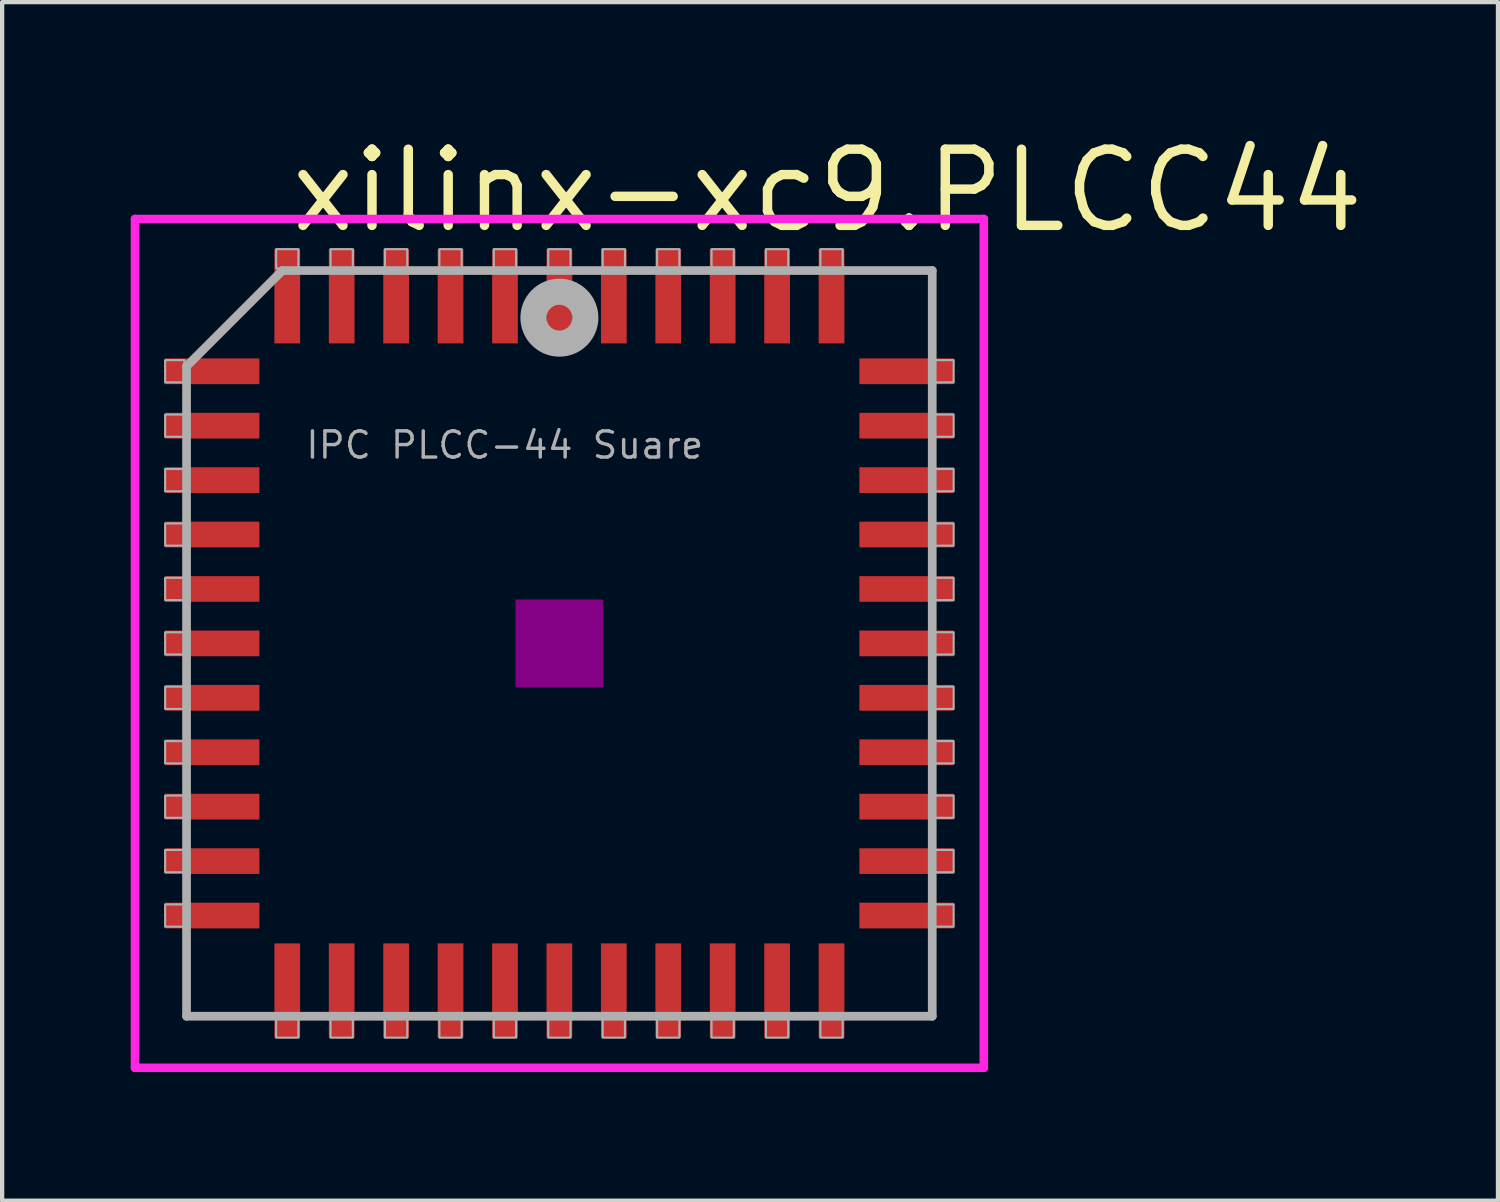
<source format=kicad_pcb>
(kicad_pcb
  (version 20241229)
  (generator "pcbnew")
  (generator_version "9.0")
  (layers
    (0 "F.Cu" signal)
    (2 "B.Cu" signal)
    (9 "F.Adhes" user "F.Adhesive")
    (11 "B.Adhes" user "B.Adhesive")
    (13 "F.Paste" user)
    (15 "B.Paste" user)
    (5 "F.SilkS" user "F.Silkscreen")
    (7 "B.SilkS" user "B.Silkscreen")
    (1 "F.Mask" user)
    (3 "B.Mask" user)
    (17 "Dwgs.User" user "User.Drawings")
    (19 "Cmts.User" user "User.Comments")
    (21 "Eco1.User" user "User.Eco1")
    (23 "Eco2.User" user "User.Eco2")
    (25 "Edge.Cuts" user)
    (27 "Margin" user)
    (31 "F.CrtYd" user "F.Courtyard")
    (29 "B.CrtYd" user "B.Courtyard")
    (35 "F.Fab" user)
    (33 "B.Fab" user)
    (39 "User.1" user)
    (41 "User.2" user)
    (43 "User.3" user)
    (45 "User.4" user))
  (footprint "xilinx-xc9.PLCC44"
    (layer "F.Cu")
    (at 10.003 11.963)
    (property "Reference" "xilinx-xc9.PLCC44" (at -6.38 -9.525 0) (layer "F.SilkS") (effects (font (size 1.778 1.778) (thickness 0.22)) (justify left bottom)))
    (attr smd)
    (fp_rect (start -1 1) (end 1 -1) (stroke (width 0.05) (type default)) (fill yes) (layer "F.Adhes"))
    (fp_line (start -9.903 -9.903) (end 9.903 -9.903) (stroke (width 0.2) (type default)) (layer "F.CrtYd"))
    (fp_line (start -9.903 9.903) (end -9.903 -9.903) (stroke (width 0.2) (type default)) (layer "F.CrtYd"))
    (fp_line (start 9.903 -9.903) (end 9.903 9.903) (stroke (width 0.2) (type default)) (layer "F.CrtYd"))
    (fp_line (start 9.903 9.903) (end -9.903 9.903) (stroke (width 0.2) (type default)) (layer "F.CrtYd"))
    (fp_line (start -8.7 -6.465) (end -8.7 8.7) (stroke (width 0.203) (type default)) (layer "F.Fab"))
    (fp_line (start -8.7 8.7) (end 8.7 8.7) (stroke (width 0.203) (type default)) (layer "F.Fab"))
    (fp_line (start -6.465 -8.7) (end -8.7 -6.465) (stroke (width 0.203) (type default)) (layer "F.Fab"))
    (fp_line (start 8.7 -8.7) (end -6.465 -8.7) (stroke (width 0.203) (type default)) (layer "F.Fab"))
    (fp_line (start 8.7 8.7) (end 8.7 -8.7) (stroke (width 0.203) (type default)) (layer "F.Fab"))
    (fp_rect (start -9.2 -6.09) (end -8.75 -6.61) (stroke (width 0.05) (type default)) (fill no) (layer "F.Fab"))
    (fp_rect (start -9.2 -4.82) (end -8.75 -5.34) (stroke (width 0.05) (type default)) (fill no) (layer "F.Fab"))
    (fp_rect (start -9.2 -3.55) (end -8.75 -4.07) (stroke (width 0.05) (type default)) (fill no) (layer "F.Fab"))
    (fp_rect (start -9.2 -2.28) (end -8.75 -2.8) (stroke (width 0.05) (type default)) (fill no) (layer "F.Fab"))
    (fp_rect (start -9.2 -1.01) (end -8.75 -1.53) (stroke (width 0.05) (type default)) (fill no) (layer "F.Fab"))
    (fp_rect (start -9.2 0.26) (end -8.75 -0.26) (stroke (width 0.05) (type default)) (fill no) (layer "F.Fab"))
    (fp_rect (start -9.2 1.53) (end -8.75 1.01) (stroke (width 0.05) (type default)) (fill no) (layer "F.Fab"))
    (fp_rect (start -9.2 2.8) (end -8.75 2.28) (stroke (width 0.05) (type default)) (fill no) (layer "F.Fab"))
    (fp_rect (start -9.2 4.07) (end -8.75 3.55) (stroke (width 0.05) (type default)) (fill no) (layer "F.Fab"))
    (fp_rect (start -9.2 5.34) (end -8.75 4.82) (stroke (width 0.05) (type default)) (fill no) (layer "F.Fab"))
    (fp_rect (start -9.2 6.61) (end -8.75 6.09) (stroke (width 0.05) (type default)) (fill no) (layer "F.Fab"))
    (fp_rect (start -6.61 -8.75) (end -6.09 -9.2) (stroke (width 0.05) (type default)) (fill no) (layer "F.Fab"))
    (fp_rect (start -6.61 9.2) (end -6.09 8.75) (stroke (width 0.05) (type default)) (fill no) (layer "F.Fab"))
    (fp_rect (start -5.34 -8.75) (end -4.82 -9.2) (stroke (width 0.05) (type default)) (fill no) (layer "F.Fab"))
    (fp_rect (start -5.34 9.2) (end -4.82 8.75) (stroke (width 0.05) (type default)) (fill no) (layer "F.Fab"))
    (fp_rect (start -4.07 -8.75) (end -3.55 -9.2) (stroke (width 0.05) (type default)) (fill no) (layer "F.Fab"))
    (fp_rect (start -4.07 9.2) (end -3.55 8.75) (stroke (width 0.05) (type default)) (fill no) (layer "F.Fab"))
    (fp_rect (start -2.8 -8.75) (end -2.28 -9.2) (stroke (width 0.05) (type default)) (fill no) (layer "F.Fab"))
    (fp_rect (start -2.8 9.2) (end -2.28 8.75) (stroke (width 0.05) (type default)) (fill no) (layer "F.Fab"))
    (fp_rect (start -1.53 -8.75) (end -1.01 -9.2) (stroke (width 0.05) (type default)) (fill no) (layer "F.Fab"))
    (fp_rect (start -1.53 9.2) (end -1.01 8.75) (stroke (width 0.05) (type default)) (fill no) (layer "F.Fab"))
    (fp_rect (start -0.26 -8.75) (end 0.26 -9.2) (stroke (width 0.05) (type default)) (fill no) (layer "F.Fab"))
    (fp_rect (start -0.26 9.2) (end 0.26 8.75) (stroke (width 0.05) (type default)) (fill no) (layer "F.Fab"))
    (fp_rect (start 1.01 -8.75) (end 1.53 -9.2) (stroke (width 0.05) (type default)) (fill no) (layer "F.Fab"))
    (fp_rect (start 1.01 9.2) (end 1.53 8.75) (stroke (width 0.05) (type default)) (fill no) (layer "F.Fab"))
    (fp_rect (start 2.28 -8.75) (end 2.8 -9.2) (stroke (width 0.05) (type default)) (fill no) (layer "F.Fab"))
    (fp_rect (start 2.28 9.2) (end 2.8 8.75) (stroke (width 0.05) (type default)) (fill no) (layer "F.Fab"))
    (fp_rect (start 3.55 -8.75) (end 4.07 -9.2) (stroke (width 0.05) (type default)) (fill no) (layer "F.Fab"))
    (fp_rect (start 3.55 9.2) (end 4.07 8.75) (stroke (width 0.05) (type default)) (fill no) (layer "F.Fab"))
    (fp_rect (start 4.82 -8.75) (end 5.34 -9.2) (stroke (width 0.05) (type default)) (fill no) (layer "F.Fab"))
    (fp_rect (start 4.82 9.2) (end 5.34 8.75) (stroke (width 0.05) (type default)) (fill no) (layer "F.Fab"))
    (fp_rect (start 6.09 -8.75) (end 6.61 -9.2) (stroke (width 0.05) (type default)) (fill no) (layer "F.Fab"))
    (fp_rect (start 6.09 9.2) (end 6.61 8.75) (stroke (width 0.05) (type default)) (fill no) (layer "F.Fab"))
    (fp_rect (start 8.75 -6.09) (end 9.2 -6.61) (stroke (width 0.05) (type default)) (fill no) (layer "F.Fab"))
    (fp_rect (start 8.75 -4.82) (end 9.2 -5.34) (stroke (width 0.05) (type default)) (fill no) (layer "F.Fab"))
    (fp_rect (start 8.75 -3.55) (end 9.2 -4.07) (stroke (width 0.05) (type default)) (fill no) (layer "F.Fab"))
    (fp_rect (start 8.75 -2.28) (end 9.2 -2.8) (stroke (width 0.05) (type default)) (fill no) (layer "F.Fab"))
    (fp_rect (start 8.75 -1.01) (end 9.2 -1.53) (stroke (width 0.05) (type default)) (fill no) (layer "F.Fab"))
    (fp_rect (start 8.75 0.26) (end 9.2 -0.26) (stroke (width 0.05) (type default)) (fill no) (layer "F.Fab"))
    (fp_rect (start 8.75 1.53) (end 9.2 1.01) (stroke (width 0.05) (type default)) (fill no) (layer "F.Fab"))
    (fp_rect (start 8.75 2.8) (end 9.2 2.28) (stroke (width 0.05) (type default)) (fill no) (layer "F.Fab"))
    (fp_rect (start 8.75 4.07) (end 9.2 3.55) (stroke (width 0.05) (type default)) (fill no) (layer "F.Fab"))
    (fp_rect (start 8.75 5.34) (end 9.2 4.82) (stroke (width 0.05) (type default)) (fill no) (layer "F.Fab"))
    (fp_rect (start 8.75 6.61) (end 9.2 6.09) (stroke (width 0.05) (type default)) (fill no) (layer "F.Fab"))
    (fp_circle (center 0 -7.6) (end 0.3 -7.6) (stroke (width 0.61) (type default)) (fill no) (layer "F.Fab"))
    (fp_text user "IPC PLCC-44 Suare" (at -5.96 -4.27 0) (layer "F.Fab") (effects (font (size 0.61 0.61) (thickness 0.08)) (justify left bottom)))
    (pad "1" smd roundrect (at 0 -8.1) (size 0.6 2.2) (layers "F.Cu" "F.Mask" "F.Paste") (roundrect_rratio 0.01))
    (pad "2" smd roundrect (at -1.27 -8.1) (size 0.6 2.2) (layers "F.Cu" "F.Mask" "F.Paste") (roundrect_rratio 0.01))
    (pad "3" smd roundrect (at -2.54 -8.1) (size 0.6 2.2) (layers "F.Cu" "F.Mask" "F.Paste") (roundrect_rratio 0.01))
    (pad "4" smd roundrect (at -3.81 -8.1) (size 0.6 2.2) (layers "F.Cu" "F.Mask" "F.Paste") (roundrect_rratio 0.01))
    (pad "5" smd roundrect (at -5.08 -8.1) (size 0.6 2.2) (layers "F.Cu" "F.Mask" "F.Paste") (roundrect_rratio 0.01))
    (pad "6" smd roundrect (at -6.35 -8.1) (size 0.6 2.2) (layers "F.Cu" "F.Mask" "F.Paste") (roundrect_rratio 0.01))
    (pad "7" smd roundrect (at -8.1 -6.35) (size 2.2 0.6) (layers "F.Cu" "F.Mask" "F.Paste") (roundrect_rratio 0.01))
    (pad "8" smd roundrect (at -8.1 -5.08) (size 2.2 0.6) (layers "F.Cu" "F.Mask" "F.Paste") (roundrect_rratio 0.01))
    (pad "9" smd roundrect (at -8.1 -3.81) (size 2.2 0.6) (layers "F.Cu" "F.Mask" "F.Paste") (roundrect_rratio 0.01))
    (pad "10" smd roundrect (at -8.1 -2.54) (size 2.2 0.6) (layers "F.Cu" "F.Mask" "F.Paste") (roundrect_rratio 0.01))
    (pad "11" smd roundrect (at -8.1 -1.27) (size 2.2 0.6) (layers "F.Cu" "F.Mask" "F.Paste") (roundrect_rratio 0.01))
    (pad "12" smd roundrect (at -8.1 0) (size 2.2 0.6) (layers "F.Cu" "F.Mask" "F.Paste") (roundrect_rratio 0.01))
    (pad "13" smd roundrect (at -8.1 1.27) (size 2.2 0.6) (layers "F.Cu" "F.Mask" "F.Paste") (roundrect_rratio 0.01))
    (pad "14" smd roundrect (at -8.1 2.54) (size 2.2 0.6) (layers "F.Cu" "F.Mask" "F.Paste") (roundrect_rratio 0.01))
    (pad "15" smd roundrect (at -8.1 3.81) (size 2.2 0.6) (layers "F.Cu" "F.Mask" "F.Paste") (roundrect_rratio 0.01))
    (pad "16" smd roundrect (at -8.1 5.08) (size 2.2 0.6) (layers "F.Cu" "F.Mask" "F.Paste") (roundrect_rratio 0.01))
    (pad "17" smd roundrect (at -8.1 6.35) (size 2.2 0.6) (layers "F.Cu" "F.Mask" "F.Paste") (roundrect_rratio 0.01))
    (pad "18" smd roundrect (at -6.35 8.1) (size 0.6 2.2) (layers "F.Cu" "F.Mask" "F.Paste") (roundrect_rratio 0.01))
    (pad "19" smd roundrect (at -5.08 8.1) (size 0.6 2.2) (layers "F.Cu" "F.Mask" "F.Paste") (roundrect_rratio 0.01))
    (pad "20" smd roundrect (at -3.81 8.1) (size 0.6 2.2) (layers "F.Cu" "F.Mask" "F.Paste") (roundrect_rratio 0.01))
    (pad "21" smd roundrect (at -2.54 8.1) (size 0.6 2.2) (layers "F.Cu" "F.Mask" "F.Paste") (roundrect_rratio 0.01))
    (pad "22" smd roundrect (at -1.27 8.1) (size 0.6 2.2) (layers "F.Cu" "F.Mask" "F.Paste") (roundrect_rratio 0.01))
    (pad "23" smd roundrect (at 0 8.1) (size 0.6 2.2) (layers "F.Cu" "F.Mask" "F.Paste") (roundrect_rratio 0.01))
    (pad "24" smd roundrect (at 1.27 8.1) (size 0.6 2.2) (layers "F.Cu" "F.Mask" "F.Paste") (roundrect_rratio 0.01))
    (pad "25" smd roundrect (at 2.54 8.1) (size 0.6 2.2) (layers "F.Cu" "F.Mask" "F.Paste") (roundrect_rratio 0.01))
    (pad "26" smd roundrect (at 3.81 8.1) (size 0.6 2.2) (layers "F.Cu" "F.Mask" "F.Paste") (roundrect_rratio 0.01))
    (pad "27" smd roundrect (at 5.08 8.1) (size 0.6 2.2) (layers "F.Cu" "F.Mask" "F.Paste") (roundrect_rratio 0.01))
    (pad "28" smd roundrect (at 6.35 8.1) (size 0.6 2.2) (layers "F.Cu" "F.Mask" "F.Paste") (roundrect_rratio 0.01))
    (pad "29" smd roundrect (at 8.1 6.35) (size 2.2 0.6) (layers "F.Cu" "F.Mask" "F.Paste") (roundrect_rratio 0.01))
    (pad "30" smd roundrect (at 8.1 5.08) (size 2.2 0.6) (layers "F.Cu" "F.Mask" "F.Paste") (roundrect_rratio 0.01))
    (pad "31" smd roundrect (at 8.1 3.81) (size 2.2 0.6) (layers "F.Cu" "F.Mask" "F.Paste") (roundrect_rratio 0.01))
    (pad "32" smd roundrect (at 8.1 2.54) (size 2.2 0.6) (layers "F.Cu" "F.Mask" "F.Paste") (roundrect_rratio 0.01))
    (pad "33" smd roundrect (at 8.1 1.27) (size 2.2 0.6) (layers "F.Cu" "F.Mask" "F.Paste") (roundrect_rratio 0.01))
    (pad "34" smd roundrect (at 8.1 0) (size 2.2 0.6) (layers "F.Cu" "F.Mask" "F.Paste") (roundrect_rratio 0.01))
    (pad "35" smd roundrect (at 8.1 -1.27) (size 2.2 0.6) (layers "F.Cu" "F.Mask" "F.Paste") (roundrect_rratio 0.01))
    (pad "36" smd roundrect (at 8.1 -2.54) (size 2.2 0.6) (layers "F.Cu" "F.Mask" "F.Paste") (roundrect_rratio 0.01))
    (pad "37" smd roundrect (at 8.1 -3.81) (size 2.2 0.6) (layers "F.Cu" "F.Mask" "F.Paste") (roundrect_rratio 0.01))
    (pad "38" smd roundrect (at 8.1 -5.08) (size 2.2 0.6) (layers "F.Cu" "F.Mask" "F.Paste") (roundrect_rratio 0.01))
    (pad "39" smd roundrect (at 8.1 -6.35) (size 2.2 0.6) (layers "F.Cu" "F.Mask" "F.Paste") (roundrect_rratio 0.01))
    (pad "40" smd roundrect (at 6.35 -8.1) (size 0.6 2.2) (layers "F.Cu" "F.Mask" "F.Paste") (roundrect_rratio 0.01))
    (pad "41" smd roundrect (at 5.08 -8.1) (size 0.6 2.2) (layers "F.Cu" "F.Mask" "F.Paste") (roundrect_rratio 0.01))
    (pad "42" smd roundrect (at 3.81 -8.1) (size 0.6 2.2) (layers "F.Cu" "F.Mask" "F.Paste") (roundrect_rratio 0.01))
    (pad "43" smd roundrect (at 2.54 -8.1) (size 0.6 2.2) (layers "F.Cu" "F.Mask" "F.Paste") (roundrect_rratio 0.01))
    (pad "44" smd roundrect (at 1.27 -8.1) (size 0.6 2.2) (layers "F.Cu" "F.Mask" "F.Paste") (roundrect_rratio 0.01)))
  (gr_rect
    (start -3 -3)
    (end 31.904 24.966)
    (stroke (width 0.1) (type default))
    (fill no)
    (layer "Edge.Cuts")))
</source>
